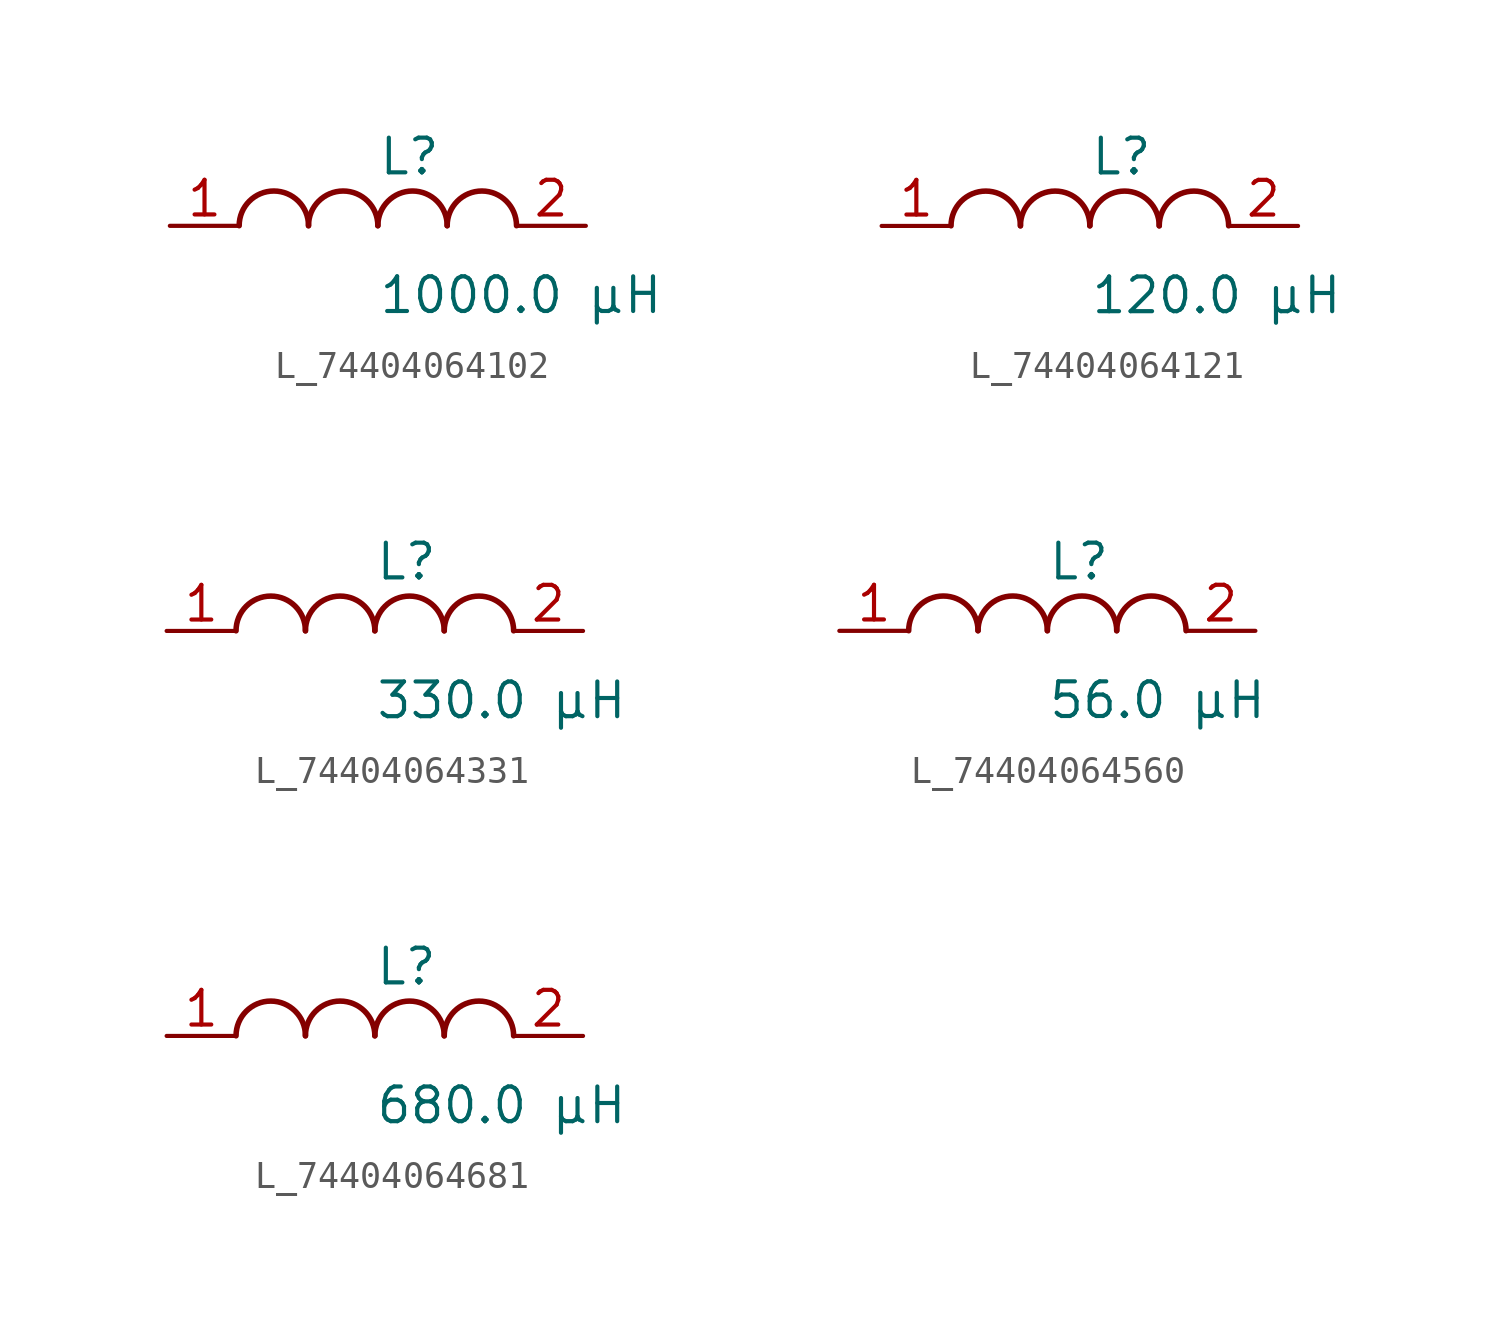
<source format=kicad_sym>
(kicad_symbol_lib
  (version 20231120)
  (generator kicad_symbol_editor)
  (generator_version 8.0)
  (symbol "L_74404064102"
    (pin_names
      (offset 0.254))
    (property "Reference" "L"
      (at 0 2.54 0)
      (effects (font (size 1.27 1.27)) (justify left)))
    (property "Value" "1000.0 µH"
      (at 0 -2.54 0)
      (effects (font (size 1.27 1.27)) (justify left)))
    (symbol "L_74404064102_1_1"
      (arc (start -2.54 0.0056) (mid -3.81 1.27) (end -5.08 0.0056) (stroke (width 0.2032) (type default)) (fill (type none)))
      (arc (start 0 0.0056) (mid -1.27 1.27) (end -2.54 0.0056) (stroke (width 0.2032) (type default)) (fill (type none)))
      (arc (start 2.54 0.0056) (mid 1.27 1.27) (end 0 0.0056) (stroke (width 0.2032) (type default)) (fill (type none)))
      (arc (start 5.08 0.0056) (mid 3.81 1.27) (end 2.54 0.0056) (stroke (width 0.2032) (type default)) (fill (type none)))
      (pin unspecified line (at -7.62 0 0) (length 2.54) (name "" (effects (font (size 1.27 1.27)))) (number "1" (effects (font (size 1.27 1.27)))))
      (pin unspecified line (at 7.62 0 180) (length 2.54) (name "" (effects (font (size 1.27 1.27)))) (number "2" (effects (font (size 1.27 1.27)))))))
  (symbol "L_74404064121"
    (pin_names
      (offset 0.254))
    (property "Reference" "L"
      (at 0 2.54 0)
      (effects (font (size 1.27 1.27)) (justify left)))
    (property "Value" "120.0 µH"
      (at 0 -2.54 0)
      (effects (font (size 1.27 1.27)) (justify left)))
    (symbol "L_74404064121_1_1"
      (arc (start -2.54 0.0056) (mid -3.81 1.27) (end -5.08 0.0056) (stroke (width 0.2032) (type default)) (fill (type none)))
      (arc (start 0 0.0056) (mid -1.27 1.27) (end -2.54 0.0056) (stroke (width 0.2032) (type default)) (fill (type none)))
      (arc (start 2.54 0.0056) (mid 1.27 1.27) (end 0 0.0056) (stroke (width 0.2032) (type default)) (fill (type none)))
      (arc (start 5.08 0.0056) (mid 3.81 1.27) (end 2.54 0.0056) (stroke (width 0.2032) (type default)) (fill (type none)))
      (pin unspecified line (at -7.62 0 0) (length 2.54) (name "" (effects (font (size 1.27 1.27)))) (number "1" (effects (font (size 1.27 1.27)))))
      (pin unspecified line (at 7.62 0 180) (length 2.54) (name "" (effects (font (size 1.27 1.27)))) (number "2" (effects (font (size 1.27 1.27)))))))
  (symbol "L_74404064331"
    (pin_names
      (offset 0.254))
    (property "Reference" "L"
      (at 0 2.54 0)
      (effects (font (size 1.27 1.27)) (justify left)))
    (property "Value" "330.0 µH"
      (at 0 -2.54 0)
      (effects (font (size 1.27 1.27)) (justify left)))
    (symbol "L_74404064331_1_1"
      (arc (start -2.54 0.0056) (mid -3.81 1.27) (end -5.08 0.0056) (stroke (width 0.2032) (type default)) (fill (type none)))
      (arc (start 0 0.0056) (mid -1.27 1.27) (end -2.54 0.0056) (stroke (width 0.2032) (type default)) (fill (type none)))
      (arc (start 2.54 0.0056) (mid 1.27 1.27) (end 0 0.0056) (stroke (width 0.2032) (type default)) (fill (type none)))
      (arc (start 5.08 0.0056) (mid 3.81 1.27) (end 2.54 0.0056) (stroke (width 0.2032) (type default)) (fill (type none)))
      (pin unspecified line (at -7.62 0 0) (length 2.54) (name "" (effects (font (size 1.27 1.27)))) (number "1" (effects (font (size 1.27 1.27)))))
      (pin unspecified line (at 7.62 0 180) (length 2.54) (name "" (effects (font (size 1.27 1.27)))) (number "2" (effects (font (size 1.27 1.27)))))))
  (symbol "L_74404064560"
    (pin_names
      (offset 0.254))
    (property "Reference" "L"
      (at 0 2.54 0)
      (effects (font (size 1.27 1.27)) (justify left)))
    (property "Value" "56.0 µH"
      (at 0 -2.54 0)
      (effects (font (size 1.27 1.27)) (justify left)))
    (symbol "L_74404064560_1_1"
      (arc (start -2.54 0.0056) (mid -3.81 1.27) (end -5.08 0.0056) (stroke (width 0.2032) (type default)) (fill (type none)))
      (arc (start 0 0.0056) (mid -1.27 1.27) (end -2.54 0.0056) (stroke (width 0.2032) (type default)) (fill (type none)))
      (arc (start 2.54 0.0056) (mid 1.27 1.27) (end 0 0.0056) (stroke (width 0.2032) (type default)) (fill (type none)))
      (arc (start 5.08 0.0056) (mid 3.81 1.27) (end 2.54 0.0056) (stroke (width 0.2032) (type default)) (fill (type none)))
      (pin unspecified line (at -7.62 0 0) (length 2.54) (name "" (effects (font (size 1.27 1.27)))) (number "1" (effects (font (size 1.27 1.27)))))
      (pin unspecified line (at 7.62 0 180) (length 2.54) (name "" (effects (font (size 1.27 1.27)))) (number "2" (effects (font (size 1.27 1.27)))))))
  (symbol "L_74404064681"
    (pin_names
      (offset 0.254))
    (property "Reference" "L"
      (at 0 2.54 0)
      (effects (font (size 1.27 1.27)) (justify left)))
    (property "Value" "680.0 µH"
      (at 0 -2.54 0)
      (effects (font (size 1.27 1.27)) (justify left)))
    (symbol "L_74404064681_1_1"
      (arc (start -2.54 0.0056) (mid -3.81 1.27) (end -5.08 0.0056) (stroke (width 0.2032) (type default)) (fill (type none)))
      (arc (start 0 0.0056) (mid -1.27 1.27) (end -2.54 0.0056) (stroke (width 0.2032) (type default)) (fill (type none)))
      (arc (start 2.54 0.0056) (mid 1.27 1.27) (end 0 0.0056) (stroke (width 0.2032) (type default)) (fill (type none)))
      (arc (start 5.08 0.0056) (mid 3.81 1.27) (end 2.54 0.0056) (stroke (width 0.2032) (type default)) (fill (type none)))
      (pin unspecified line (at -7.62 0 0) (length 2.54) (name "" (effects (font (size 1.27 1.27)))) (number "1" (effects (font (size 1.27 1.27)))))
      (pin unspecified line (at 7.62 0 180) (length 2.54) (name "" (effects (font (size 1.27 1.27)))) (number "2" (effects (font (size 1.27 1.27))))))))
</source>
